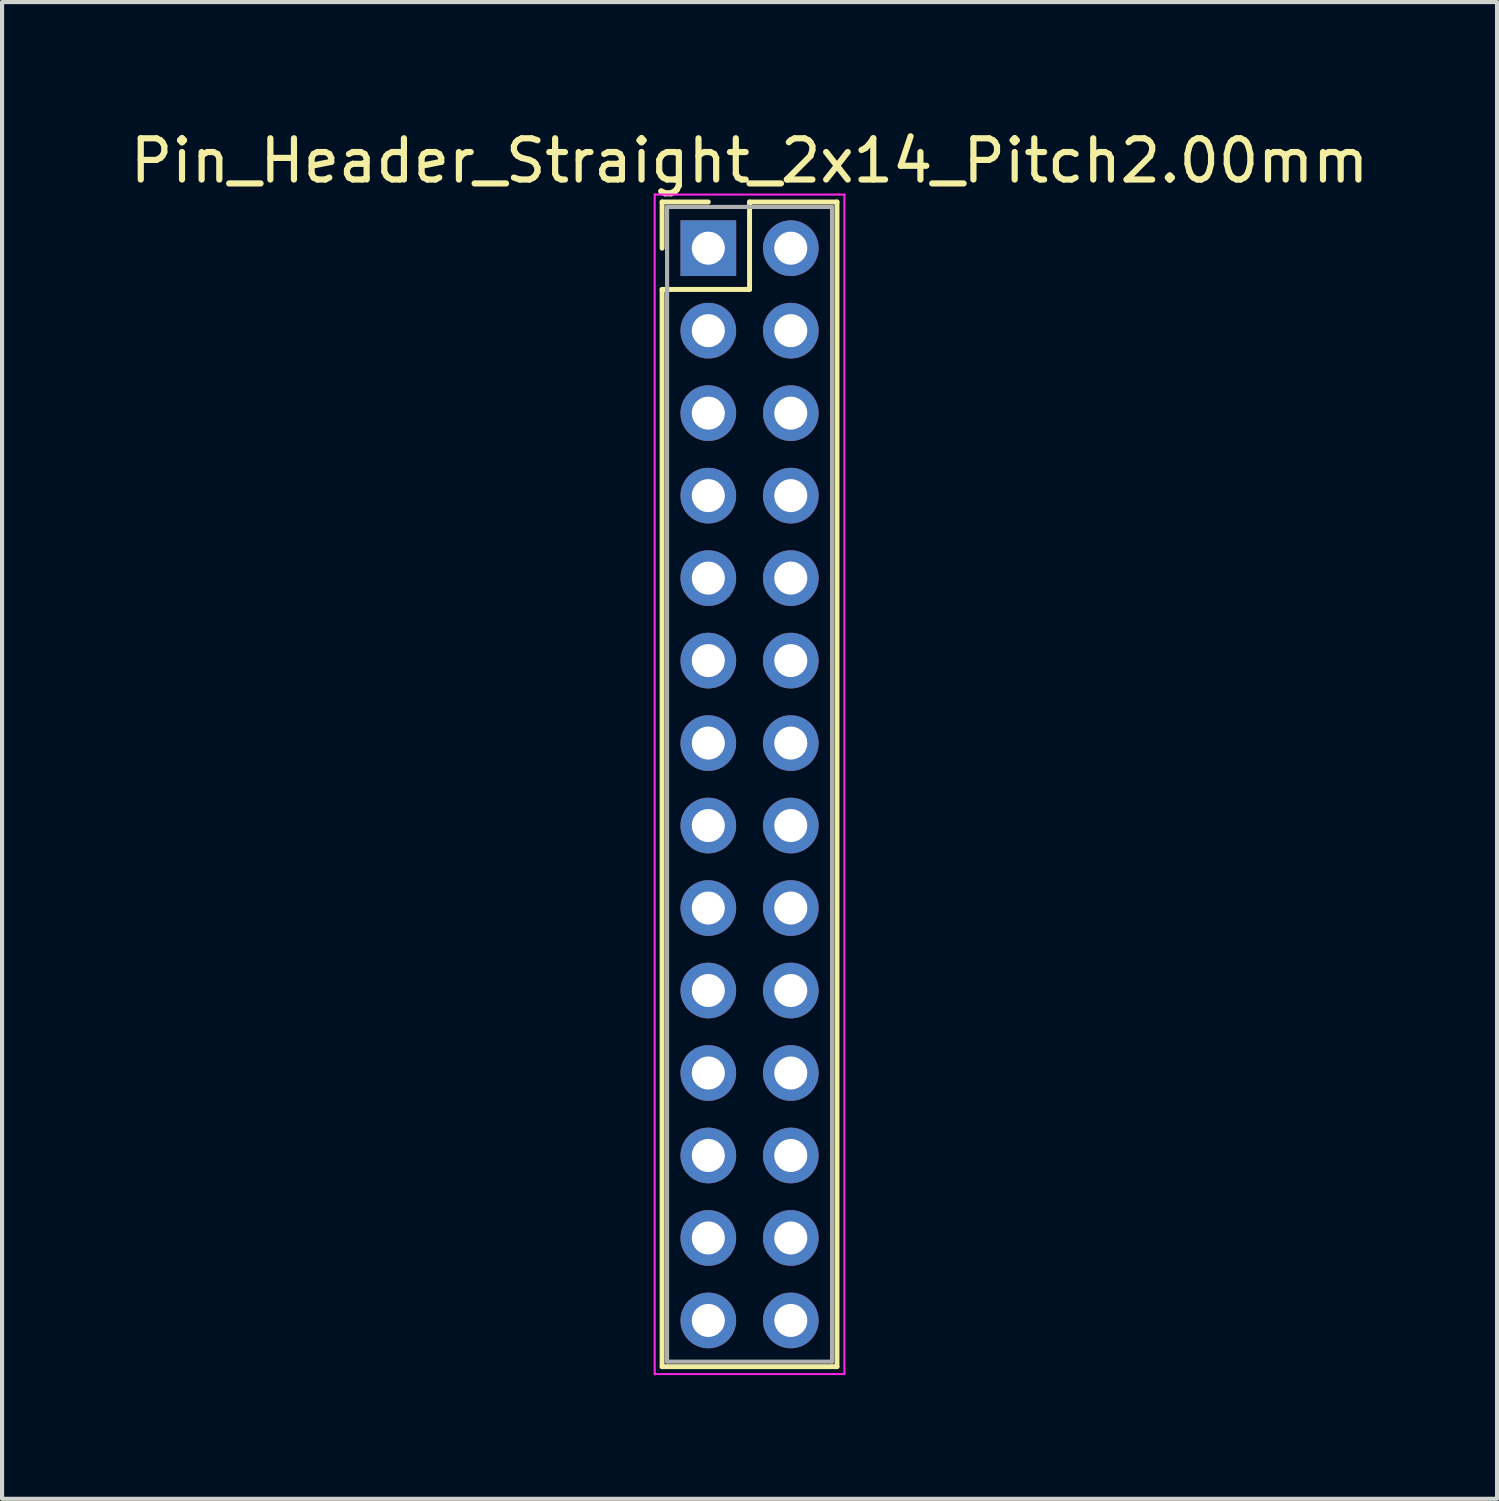
<source format=kicad_pcb>
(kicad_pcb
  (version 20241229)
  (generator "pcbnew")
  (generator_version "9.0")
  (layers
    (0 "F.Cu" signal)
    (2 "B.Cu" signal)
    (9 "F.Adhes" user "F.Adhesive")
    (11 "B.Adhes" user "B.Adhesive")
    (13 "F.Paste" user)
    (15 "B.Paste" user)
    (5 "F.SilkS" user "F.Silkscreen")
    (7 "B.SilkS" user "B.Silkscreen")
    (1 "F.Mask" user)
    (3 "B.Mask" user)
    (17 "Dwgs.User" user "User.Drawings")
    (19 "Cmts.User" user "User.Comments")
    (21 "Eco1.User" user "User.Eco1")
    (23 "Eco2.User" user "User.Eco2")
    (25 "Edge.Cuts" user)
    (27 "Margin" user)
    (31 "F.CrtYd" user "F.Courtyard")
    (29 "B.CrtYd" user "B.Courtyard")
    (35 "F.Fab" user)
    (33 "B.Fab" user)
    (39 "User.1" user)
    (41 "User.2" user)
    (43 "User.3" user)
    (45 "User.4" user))
  (footprint "Pin_Header_Straight_2x14_Pitch2.00mm"
    (layer "F.Cu")
    (at 14.125 2.968)
    (property "Reference" "Pin_Header_Straight_2x14_Pitch2.00mm" (at 1 -2.12 0) (layer "F.SilkS") (effects (font (size 1 1) (thickness 0.15))))
    (attr through_hole)
    (fp_line (start -1.12 -1.12) (end 0 -1.12) (stroke (width 0.12) (type solid)) (layer "F.SilkS"))
    (fp_line (start -1.12 0) (end -1.12 -1.12) (stroke (width 0.12) (type solid)) (layer "F.SilkS"))
    (fp_line (start -1.12 1) (end -1.12 27.12) (stroke (width 0.12) (type solid)) (layer "F.SilkS"))
    (fp_line (start -1.12 27.12) (end 3.12 27.12) (stroke (width 0.12) (type solid)) (layer "F.SilkS"))
    (fp_line (start 1 -1.12) (end 1 1) (stroke (width 0.12) (type solid)) (layer "F.SilkS"))
    (fp_line (start 1 1) (end -1.12 1) (stroke (width 0.12) (type solid)) (layer "F.SilkS"))
    (fp_line (start 3.12 -1.12) (end 1 -1.12) (stroke (width 0.12) (type solid)) (layer "F.SilkS"))
    (fp_line (start 3.12 27.12) (end 3.12 -1.12) (stroke (width 0.12) (type solid)) (layer "F.SilkS"))
    (fp_line (start -1.3 -1.3) (end -1.3 27.3) (stroke (width 0.05) (type solid)) (layer "F.CrtYd"))
    (fp_line (start -1.3 27.3) (end 3.3 27.3) (stroke (width 0.05) (type solid)) (layer "F.CrtYd"))
    (fp_line (start 3.3 -1.3) (end -1.3 -1.3) (stroke (width 0.05) (type solid)) (layer "F.CrtYd"))
    (fp_line (start 3.3 27.3) (end 3.3 -1.3) (stroke (width 0.05) (type solid)) (layer "F.CrtYd"))
    (fp_line (start -1 -1) (end -1 27) (stroke (width 0.1) (type solid)) (layer "F.Fab"))
    (fp_line (start -1 27) (end 3 27) (stroke (width 0.1) (type solid)) (layer "F.Fab"))
    (fp_line (start 3 -1) (end -1 -1) (stroke (width 0.1) (type solid)) (layer "F.Fab"))
    (fp_line (start 3 27) (end 3 -1) (stroke (width 0.1) (type solid)) (layer "F.Fab"))
    (pad "1" thru_hole rect (at 0 0) (size 1.35 1.35) (drill 0.8) (layers "*.Cu" "*.Mask"))
    (pad "2" thru_hole oval (at 2 0) (size 1.35 1.35) (drill 0.8) (layers "*.Cu" "*.Mask"))
    (pad "3" thru_hole oval (at 0 2) (size 1.35 1.35) (drill 0.8) (layers "*.Cu" "*.Mask"))
    (pad "4" thru_hole oval (at 2 2) (size 1.35 1.35) (drill 0.8) (layers "*.Cu" "*.Mask"))
    (pad "5" thru_hole oval (at 0 4) (size 1.35 1.35) (drill 0.8) (layers "*.Cu" "*.Mask"))
    (pad "6" thru_hole oval (at 2 4) (size 1.35 1.35) (drill 0.8) (layers "*.Cu" "*.Mask"))
    (pad "7" thru_hole oval (at 0 6) (size 1.35 1.35) (drill 0.8) (layers "*.Cu" "*.Mask"))
    (pad "8" thru_hole oval (at 2 6) (size 1.35 1.35) (drill 0.8) (layers "*.Cu" "*.Mask"))
    (pad "9" thru_hole oval (at 0 8) (size 1.35 1.35) (drill 0.8) (layers "*.Cu" "*.Mask"))
    (pad "10" thru_hole oval (at 2 8) (size 1.35 1.35) (drill 0.8) (layers "*.Cu" "*.Mask"))
    (pad "11" thru_hole oval (at 0 10) (size 1.35 1.35) (drill 0.8) (layers "*.Cu" "*.Mask"))
    (pad "12" thru_hole oval (at 2 10) (size 1.35 1.35) (drill 0.8) (layers "*.Cu" "*.Mask"))
    (pad "13" thru_hole oval (at 0 12) (size 1.35 1.35) (drill 0.8) (layers "*.Cu" "*.Mask"))
    (pad "14" thru_hole oval (at 2 12) (size 1.35 1.35) (drill 0.8) (layers "*.Cu" "*.Mask"))
    (pad "15" thru_hole oval (at 0 14) (size 1.35 1.35) (drill 0.8) (layers "*.Cu" "*.Mask"))
    (pad "16" thru_hole oval (at 2 14) (size 1.35 1.35) (drill 0.8) (layers "*.Cu" "*.Mask"))
    (pad "17" thru_hole oval (at 0 16) (size 1.35 1.35) (drill 0.8) (layers "*.Cu" "*.Mask"))
    (pad "18" thru_hole oval (at 2 16) (size 1.35 1.35) (drill 0.8) (layers "*.Cu" "*.Mask"))
    (pad "19" thru_hole oval (at 0 18) (size 1.35 1.35) (drill 0.8) (layers "*.Cu" "*.Mask"))
    (pad "20" thru_hole oval (at 2 18) (size 1.35 1.35) (drill 0.8) (layers "*.Cu" "*.Mask"))
    (pad "21" thru_hole oval (at 0 20) (size 1.35 1.35) (drill 0.8) (layers "*.Cu" "*.Mask"))
    (pad "22" thru_hole oval (at 2 20) (size 1.35 1.35) (drill 0.8) (layers "*.Cu" "*.Mask"))
    (pad "23" thru_hole oval (at 0 22) (size 1.35 1.35) (drill 0.8) (layers "*.Cu" "*.Mask"))
    (pad "24" thru_hole oval (at 2 22) (size 1.35 1.35) (drill 0.8) (layers "*.Cu" "*.Mask"))
    (pad "25" thru_hole oval (at 0 24) (size 1.35 1.35) (drill 0.8) (layers "*.Cu" "*.Mask"))
    (pad "26" thru_hole oval (at 2 24) (size 1.35 1.35) (drill 0.8) (layers "*.Cu" "*.Mask"))
    (pad "27" thru_hole oval (at 0 26) (size 1.35 1.35) (drill 0.8) (layers "*.Cu" "*.Mask"))
    (pad "28" thru_hole oval (at 2 26) (size 1.35 1.35) (drill 0.8) (layers "*.Cu" "*.Mask")))
  (gr_rect
    (start -3 -3)
    (end 33.25 33.293)
    (stroke (width 0.1) (type default))
    (fill no)
    (layer "Edge.Cuts")))
</source>
